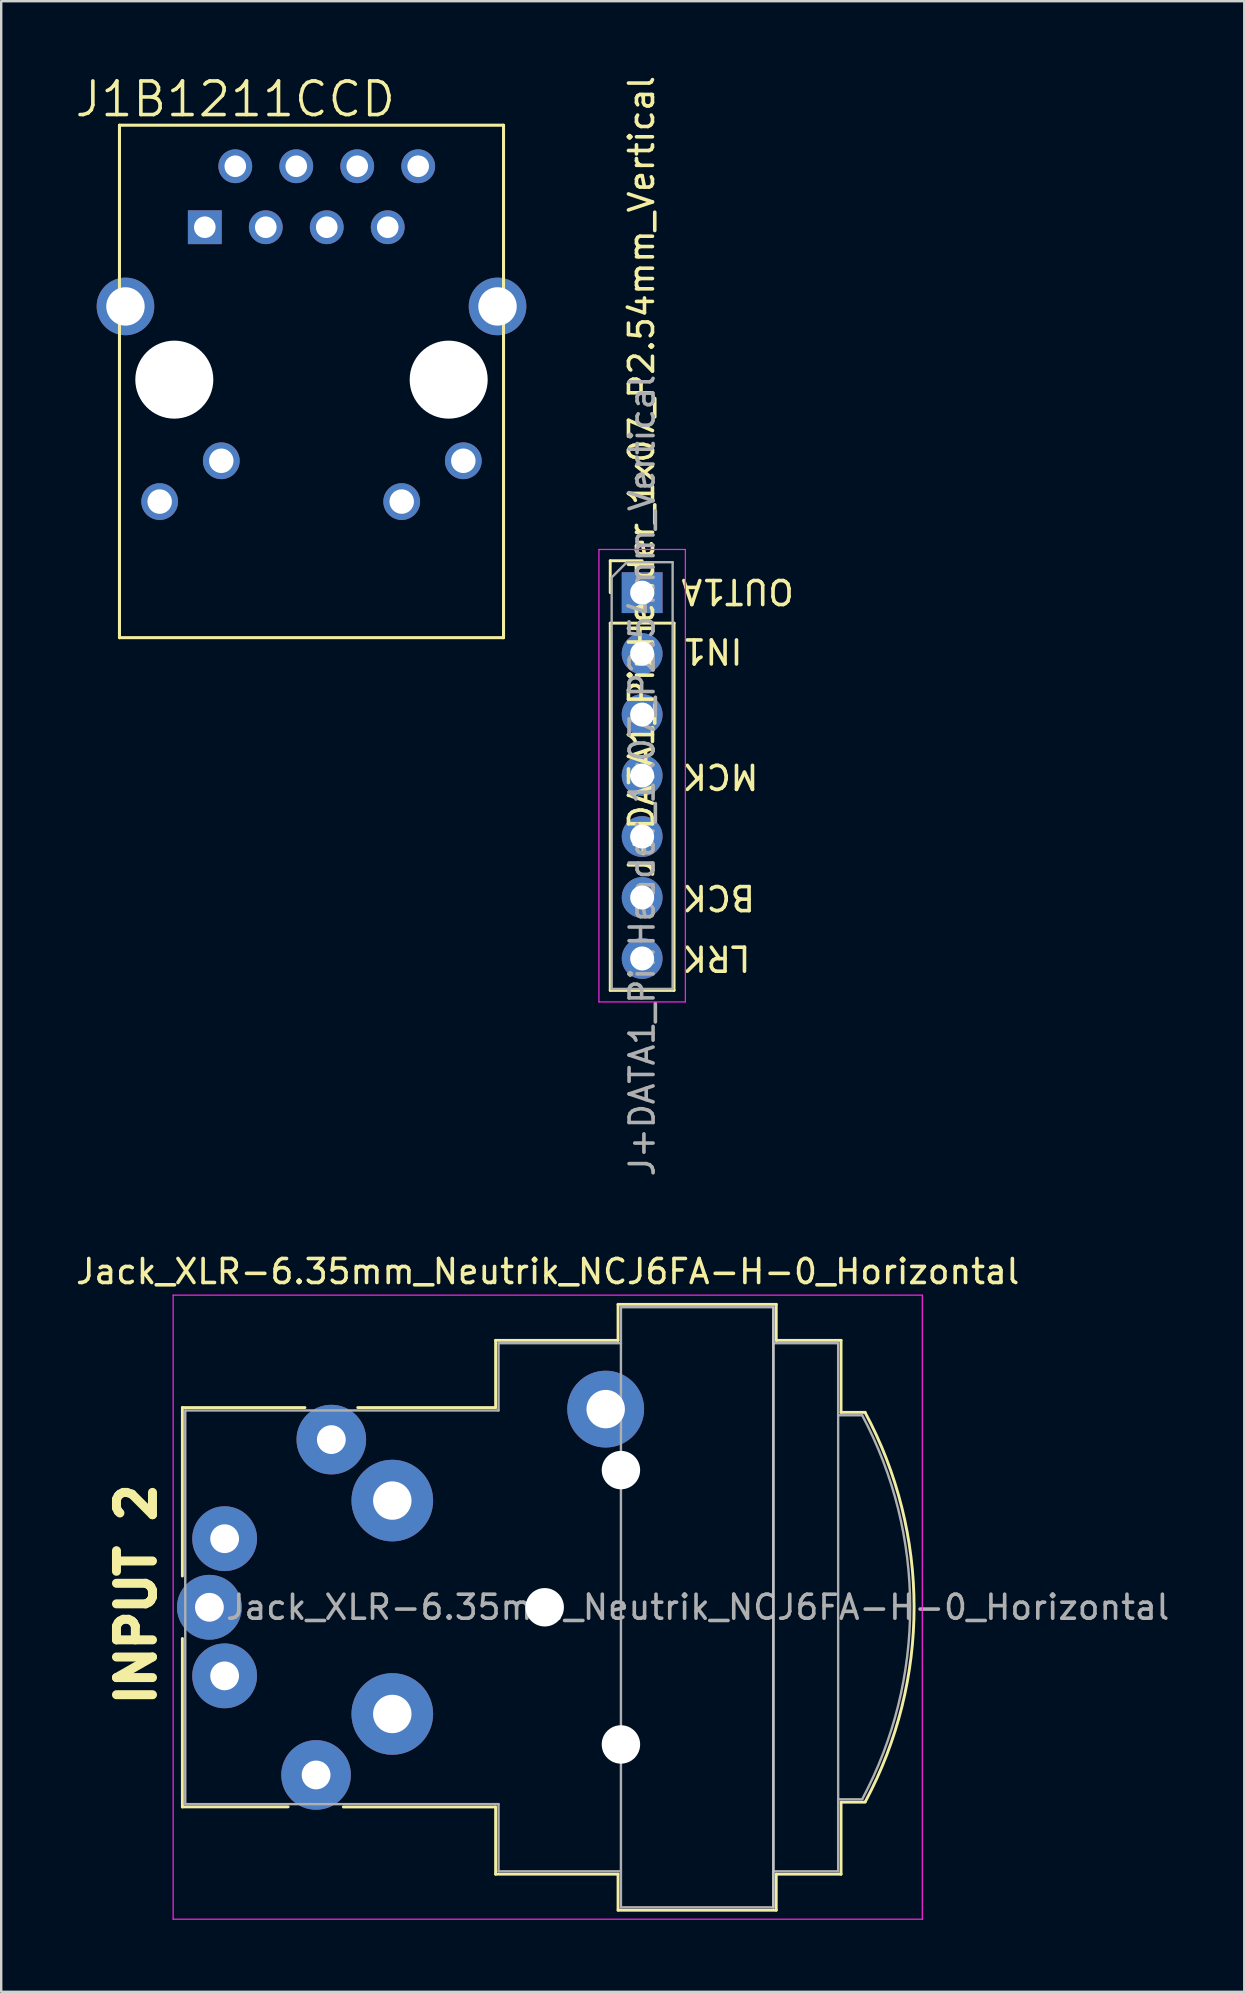
<source format=kicad_pcb>
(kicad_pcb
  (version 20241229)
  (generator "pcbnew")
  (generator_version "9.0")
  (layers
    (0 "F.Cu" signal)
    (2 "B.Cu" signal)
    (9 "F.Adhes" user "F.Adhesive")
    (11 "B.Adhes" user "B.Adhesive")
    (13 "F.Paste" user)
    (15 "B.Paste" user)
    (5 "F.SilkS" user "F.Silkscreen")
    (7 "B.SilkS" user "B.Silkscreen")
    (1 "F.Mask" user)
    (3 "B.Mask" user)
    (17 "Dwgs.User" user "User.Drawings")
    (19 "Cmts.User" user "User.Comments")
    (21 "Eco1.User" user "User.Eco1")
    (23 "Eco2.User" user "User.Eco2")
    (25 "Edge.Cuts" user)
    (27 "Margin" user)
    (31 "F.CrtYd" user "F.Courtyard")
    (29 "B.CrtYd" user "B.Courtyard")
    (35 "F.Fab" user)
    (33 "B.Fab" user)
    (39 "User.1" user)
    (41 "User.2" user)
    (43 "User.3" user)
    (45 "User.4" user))
  (footprint "J+DATA1_PinHeader_1x07_P2.54mm_Vertical"
    (layer "F.Cu")
    (at 23.702 21.64)
    (property "Reference" "J+DATA1_PinHeader_1x07_P2.54mm_Vertical" (at -0.025 -4.825 90) (layer "F.SilkS") (effects (font (size 1 1) (thickness 0.15))))
    (attr through_hole)
    (fp_line (start -1.33 -1.33) (end 0 -1.33) (stroke (width 0.12) (type solid)) (layer "F.SilkS"))
    (fp_line (start -1.33 0) (end -1.33 -1.33) (stroke (width 0.12) (type solid)) (layer "F.SilkS"))
    (fp_line (start -1.33 1.27) (end -1.33 16.57) (stroke (width 0.12) (type solid)) (layer "F.SilkS"))
    (fp_line (start -1.33 1.27) (end 1.33 1.27) (stroke (width 0.12) (type solid)) (layer "F.SilkS"))
    (fp_line (start -1.33 16.57) (end 1.33 16.57) (stroke (width 0.12) (type solid)) (layer "F.SilkS"))
    (fp_line (start 1.33 1.27) (end 1.33 16.57) (stroke (width 0.12) (type solid)) (layer "F.SilkS"))
    (fp_line (start -1.8 -1.8) (end -1.8 17.05) (stroke (width 0.05) (type solid)) (layer "F.CrtYd"))
    (fp_line (start -1.8 17.05) (end 1.8 17.05) (stroke (width 0.05) (type solid)) (layer "F.CrtYd"))
    (fp_line (start 1.8 -1.8) (end -1.8 -1.8) (stroke (width 0.05) (type solid)) (layer "F.CrtYd"))
    (fp_line (start 1.8 17.05) (end 1.8 -1.8) (stroke (width 0.05) (type solid)) (layer "F.CrtYd"))
    (fp_line (start -1.27 -0.635) (end -0.635 -1.27) (stroke (width 0.1) (type solid)) (layer "F.Fab"))
    (fp_line (start -1.27 16.51) (end -1.27 -0.635) (stroke (width 0.1) (type solid)) (layer "F.Fab"))
    (fp_line (start -0.635 -1.27) (end 1.27 -1.27) (stroke (width 0.1) (type solid)) (layer "F.Fab"))
    (fp_line (start 1.27 -1.27) (end 1.27 16.51) (stroke (width 0.1) (type solid)) (layer "F.Fab"))
    (fp_line (start 1.27 16.51) (end -1.27 16.51) (stroke (width 0.1) (type solid)) (layer "F.Fab"))
    (fp_text user "MCK" (at 3.263 7.65 180) (unlocked yes) (layer "F.SilkS") (effects (font (size 1 1) (thickness 0.15))))
    (fp_text user "IN1" (at 2.93 2.425 180) (unlocked yes) (layer "F.SilkS") (effects (font (size 1 1) (thickness 0.15))))
    (fp_text user "BCK" (at 3.192 12.7 180) (unlocked yes) (layer "F.SilkS") (effects (font (size 1 1) (thickness 0.15))))
    (fp_text user "LRK" (at 3.096 15.225 180) (unlocked yes) (layer "F.SilkS") (effects (font (size 1 1) (thickness 0.15))))
    (fp_text user "OUT1A" (at 3.975 -0.05 180) (unlocked yes) (layer "F.SilkS") (effects (font (size 1 1) (thickness 0.15))))
    (fp_text user "${REFERENCE}" (at 0 7.62 90) (layer "F.Fab") (effects (font (size 1 1) (thickness 0.15))))
    (pad "1" thru_hole rect (at 0 0) (size 1.7 1.7) (drill 1) (layers "*.Cu" "*.Mask"))
    (pad "2" thru_hole oval (at 0 2.54) (size 1.7 1.7) (drill 1) (layers "*.Cu" "*.Mask"))
    (pad "3" thru_hole oval (at 0 5.08) (size 1.7 1.7) (drill 1) (layers "*.Cu" "*.Mask"))
    (pad "4" thru_hole oval (at 0 7.62) (size 1.7 1.7) (drill 1) (layers "*.Cu" "*.Mask"))
    (pad "5" thru_hole oval (at 0 10.16) (size 1.7 1.7) (drill 1) (layers "*.Cu" "*.Mask"))
    (pad "6" thru_hole oval (at 0 12.7) (size 1.7 1.7) (drill 1) (layers "*.Cu" "*.Mask"))
    (pad "7" thru_hole oval (at 0 15.24) (size 1.7 1.7) (drill 1) (layers "*.Cu" "*.Mask")))
  (footprint "Jack_XLR-6.35mm_Neutrik_NCJ6FA-H-0_Horizontal"
    (layer "F.Cu")
    (at 10.753 56.924)
    (property "Reference" "Jack_XLR-6.35mm_Neutrik_NCJ6FA-H-0_Horizontal" (at 9.015 -7 0) (layer "F.SilkS") (effects (font (size 1 1) (thickness 0.15))))
    (property "Label" "INPUT 2" (at 0 0 0) (unlocked yes) (layer "F.Fab") (hide yes) (effects (font (size 1 1) (thickness 0.15))))
    (attr through_hole)
    (fp_line (start -6.205 -1.335) (end -6.205 5.685) (stroke (width 0.12) (type solid)) (layer "F.SilkS"))
    (fp_line (start -6.205 8.285) (end -6.205 15.305) (stroke (width 0.12) (type solid)) (layer "F.SilkS"))
    (fp_line (start -1.8 15.3) (end -6.205 15.3) (stroke (width 0.12) (type solid)) (layer "F.SilkS"))
    (fp_line (start -1.1 -1.335) (end -6.205 -1.335) (stroke (width 0.12) (type solid)) (layer "F.SilkS"))
    (fp_line (start 6.845 -4.135) (end 6.845 -1.335) (stroke (width 0.12) (type solid)) (layer "F.SilkS"))
    (fp_line (start 6.845 -1.335) (end 1.1 -1.335) (stroke (width 0.12) (type solid)) (layer "F.SilkS"))
    (fp_line (start 6.845 15.305) (end 0.5 15.305) (stroke (width 0.12) (type solid)) (layer "F.SilkS"))
    (fp_line (start 6.845 18.105) (end 6.845 15.305) (stroke (width 0.12) (type solid)) (layer "F.SilkS"))
    (fp_line (start 11.945 -4.135) (end 6.845 -4.135) (stroke (width 0.12) (type solid)) (layer "F.SilkS"))
    (fp_line (start 11.945 -4.135) (end 11.945 -5.635) (stroke (width 0.12) (type solid)) (layer "F.SilkS"))
    (fp_line (start 11.945 18.105) (end 6.845 18.105) (stroke (width 0.12) (type solid)) (layer "F.SilkS"))
    (fp_line (start 11.945 19.605) (end 11.945 18.105) (stroke (width 0.12) (type solid)) (layer "F.SilkS"))
    (fp_line (start 18.535 -5.635) (end 11.945 -5.635) (stroke (width 0.12) (type solid)) (layer "F.SilkS"))
    (fp_line (start 18.535 -5.635) (end 18.535 -4.135) (stroke (width 0.12) (type solid)) (layer "F.SilkS"))
    (fp_line (start 18.535 -4.135) (end 21.235 -4.135) (stroke (width 0.12) (type solid)) (layer "F.SilkS"))
    (fp_line (start 18.535 18.105) (end 18.535 19.605) (stroke (width 0.12) (type solid)) (layer "F.SilkS"))
    (fp_line (start 18.535 18.105) (end 21.235 18.105) (stroke (width 0.12) (type solid)) (layer "F.SilkS"))
    (fp_line (start 18.535 19.605) (end 11.945 19.605) (stroke (width 0.12) (type solid)) (layer "F.SilkS"))
    (fp_line (start 21.235 -4.135) (end 21.235 -1.135) (stroke (width 0.12) (type solid)) (layer "F.SilkS"))
    (fp_line (start 21.235 -1.135) (end 22.235 -1.135) (stroke (width 0.12) (type solid)) (layer "F.SilkS"))
    (fp_line (start 21.235 15.105) (end 21.235 18.105) (stroke (width 0.12) (type solid)) (layer "F.SilkS"))
    (fp_line (start 21.235 15.105) (end 22.235 15.105) (stroke (width 0.12) (type solid)) (layer "F.SilkS"))
    (fp_arc (start 22.235 -1.135) (mid 24.27742 6.973784) (end 22.245601 15.08523) (stroke (width 0.12) (type solid)) (layer "F.SilkS"))
    (fp_line (start 18.415 -5.515) (end 18.415 19.485) (stroke (width 0.1) (type solid)) (layer "Dwgs.User"))
    (fp_line (start -6.59 -6.02) (end -6.59 19.98) (stroke (width 0.05) (type solid)) (layer "F.CrtYd"))
    (fp_line (start 24.62 -6.02) (end -6.59 -6.02) (stroke (width 0.05) (type solid)) (layer "F.CrtYd"))
    (fp_line (start 24.62 -6.02) (end 24.62 19.98) (stroke (width 0.05) (type solid)) (layer "F.CrtYd"))
    (fp_line (start 24.62 19.98) (end -6.59 19.98) (stroke (width 0.05) (type solid)) (layer "F.CrtYd"))
    (fp_line (start -6.085 -1.215) (end -6.085 15.185) (stroke (width 0.1) (type solid)) (layer "F.Fab"))
    (fp_line (start -6.085 15.185) (end 6.965 15.185) (stroke (width 0.1) (type solid)) (layer "F.Fab"))
    (fp_line (start 6.965 -4.015) (end 6.965 -1.215) (stroke (width 0.1) (type solid)) (layer "F.Fab"))
    (fp_line (start 6.965 -1.215) (end -6.085 -1.215) (stroke (width 0.1) (type solid)) (layer "F.Fab"))
    (fp_line (start 6.965 15.185) (end 6.965 17.985) (stroke (width 0.1) (type solid)) (layer "F.Fab"))
    (fp_line (start 6.965 17.985) (end 12.065 17.985) (stroke (width 0.1) (type solid)) (layer "F.Fab"))
    (fp_line (start 12.065 -5.515) (end 18.415 -5.515) (stroke (width 0.1) (type solid)) (layer "F.Fab"))
    (fp_line (start 12.065 -4.015) (end 6.965 -4.015) (stroke (width 0.1) (type solid)) (layer "F.Fab"))
    (fp_line (start 12.065 19.485) (end 12.065 -5.515) (stroke (width 0.1) (type solid)) (layer "F.Fab"))
    (fp_line (start 18.415 -5.515) (end 18.415 19.485) (stroke (width 0.1) (type solid)) (layer "F.Fab"))
    (fp_line (start 18.415 -4.015) (end 21.115 -4.015) (stroke (width 0.1) (type solid)) (layer "F.Fab"))
    (fp_line (start 18.415 19.485) (end 12.065 19.485) (stroke (width 0.1) (type solid)) (layer "F.Fab"))
    (fp_line (start 21.115 -4.015) (end 21.115 17.985) (stroke (width 0.1) (type solid)) (layer "F.Fab"))
    (fp_line (start 21.115 -1.015) (end 22.115 -1.015) (stroke (width 0.1) (type solid)) (layer "F.Fab"))
    (fp_line (start 21.115 14.985) (end 22.115 14.985) (stroke (width 0.1) (type solid)) (layer "F.Fab"))
    (fp_line (start 21.115 17.985) (end 18.415 17.985) (stroke (width 0.1) (type solid)) (layer "F.Fab"))
    (fp_arc (start 22.115 -1.015) (mid 24.114999 6.978328) (end 22.121275 14.973223) (stroke (width 0.1) (type solid)) (layer "F.Fab"))
    (fp_text user "${Label}" (at -8.125 6.45 90) (layer "F.SilkS") (effects (font (size 1.5 1.5) (thickness 0.375))))
    (fp_text user "${REFERENCE}" (at 15.265 6.985 0) (layer "F.Fab") (effects (font (size 1 1) (thickness 0.15))))
    (pad "" np_thru_hole circle (at 8.89 6.985) (size 1.6 1.6) (drill 1.6) (layers "*.Cu" "*.Mask"))
    (pad "" np_thru_hole circle (at 12.065 1.27) (size 1.6 1.6) (drill 1.6) (layers "*.Cu" "*.Mask"))
    (pad "" np_thru_hole circle (at 12.065 12.7) (size 1.6 1.6) (drill 1.6) (layers "*.Cu" "*.Mask"))
    (pad "1" thru_hole circle (at 0 0) (size 2.9 2.9) (drill 1.2) (layers "*.Cu" "*.Mask"))
    (pad "2" thru_hole circle (at -0.635 13.97) (size 2.9 2.9) (drill 1.2) (layers "*.Cu" "*.Mask"))
    (pad "3" thru_hole circle (at -5.08 6.985) (size 2.7 2.7) (drill 1.2) (layers "*.Cu" "*.Mask"))
    (pad "G" thru_hole circle (at 11.43 -1.27) (size 3.2 3.2) (drill 1.6) (layers "*.Cu" "*.Mask"))
    (pad "R" thru_hole circle (at -4.445 9.842) (size 2.7 2.7) (drill 1.2) (layers "*.Cu" "*.Mask"))
    (pad "S" thru_hole circle (at -4.445 4.128) (size 2.7 2.7) (drill 1.2) (layers "*.Cu" "*.Mask"))
    (pad "T" thru_hole circle (at 2.54 2.54) (size 3.4 3.4) (drill 1.6) (layers "*.Cu" "*.Mask"))
    (pad "T" thru_hole circle (at 2.54 11.43) (size 3.4 3.4) (drill 1.6) (layers "*.Cu" "*.Mask")))
  (footprint "J1B1211CCD"
    (layer "F.Cu")
    (at 9.927 12.766)
    (property "Reference" "J1B1211CCD" (at -3.175 -11.684 0) (layer "F.SilkS") (effects (font (size 1.4 1.4) (thickness 0.15))))
    (attr through_hole)
    (fp_line (start -8 -10.6) (end -8 10.75) (stroke (width 0.127) (type solid)) (layer "F.SilkS"))
    (fp_line (start -8 10.75) (end 8 10.75) (stroke (width 0.127) (type solid)) (layer "F.SilkS"))
    (fp_line (start 8 -10.6) (end -8 -10.6) (stroke (width 0.127) (type solid)) (layer "F.SilkS"))
    (fp_line (start 8 10.75) (end 8 -10.6) (stroke (width 0.127) (type solid)) (layer "F.SilkS"))
    (pad "" np_thru_hole circle (at -5.715 0) (size 3.25 3.25) (drill 3.25) (layers "*.Cu" "*.Mask"))
    (pad "" np_thru_hole circle (at 5.715 0) (size 3.25 3.25) (drill 3.25) (layers "*.Cu" "*.Mask"))
    (pad "1" thru_hole rect (at -4.445 -6.35) (size 1.408 1.408) (drill 0.9) (layers "*.Cu" "*.Mask"))
    (pad "2" thru_hole circle (at -3.175 -8.89) (size 1.408 1.408) (drill 0.9) (layers "*.Cu" "*.Mask"))
    (pad "3" thru_hole circle (at -1.905 -6.35) (size 1.408 1.408) (drill 0.9) (layers "*.Cu" "*.Mask"))
    (pad "4" thru_hole circle (at -0.635 -8.89) (size 1.408 1.408) (drill 0.9) (layers "*.Cu" "*.Mask"))
    (pad "5" thru_hole circle (at 0.635 -6.35) (size 1.408 1.408) (drill 0.9) (layers "*.Cu" "*.Mask"))
    (pad "6" thru_hole circle (at 1.905 -8.89) (size 1.408 1.408) (drill 0.9) (layers "*.Cu" "*.Mask"))
    (pad "7" thru_hole circle (at 3.175 -6.35) (size 1.408 1.408) (drill 0.9) (layers "*.Cu" "*.Mask"))
    (pad "8" thru_hole circle (at 4.445 -8.89) (size 1.408 1.408) (drill 0.9) (layers "*.Cu" "*.Mask"))
    (pad "9" thru_hole circle (at -6.325 5.08) (size 1.53 1.53) (drill 1.02) (layers "*.Cu" "*.Mask"))
    (pad "10" thru_hole circle (at -3.758 3.38) (size 1.53 1.53) (drill 1.02) (layers "*.Cu" "*.Mask"))
    (pad "11" thru_hole circle (at 3.758 5.08) (size 1.53 1.53) (drill 1.02) (layers "*.Cu" "*.Mask"))
    (pad "12" thru_hole circle (at 6.325 3.38) (size 1.53 1.53) (drill 1.02) (layers "*.Cu" "*.Mask"))
    (pad "13" thru_hole circle (at -7.75 -3.05) (size 2.4 2.4) (drill 1.6) (layers "*.Cu" "*.Mask"))
    (pad "14" thru_hole circle (at 7.75 -3.05) (size 2.4 2.4) (drill 1.6) (layers "*.Cu" "*.Mask")))
  (gr_rect
    (start -3 -3)
    (end 48.786 79.929)
    (stroke (width 0.1) (type default))
    (fill no)
    (layer "Edge.Cuts")))
</source>
